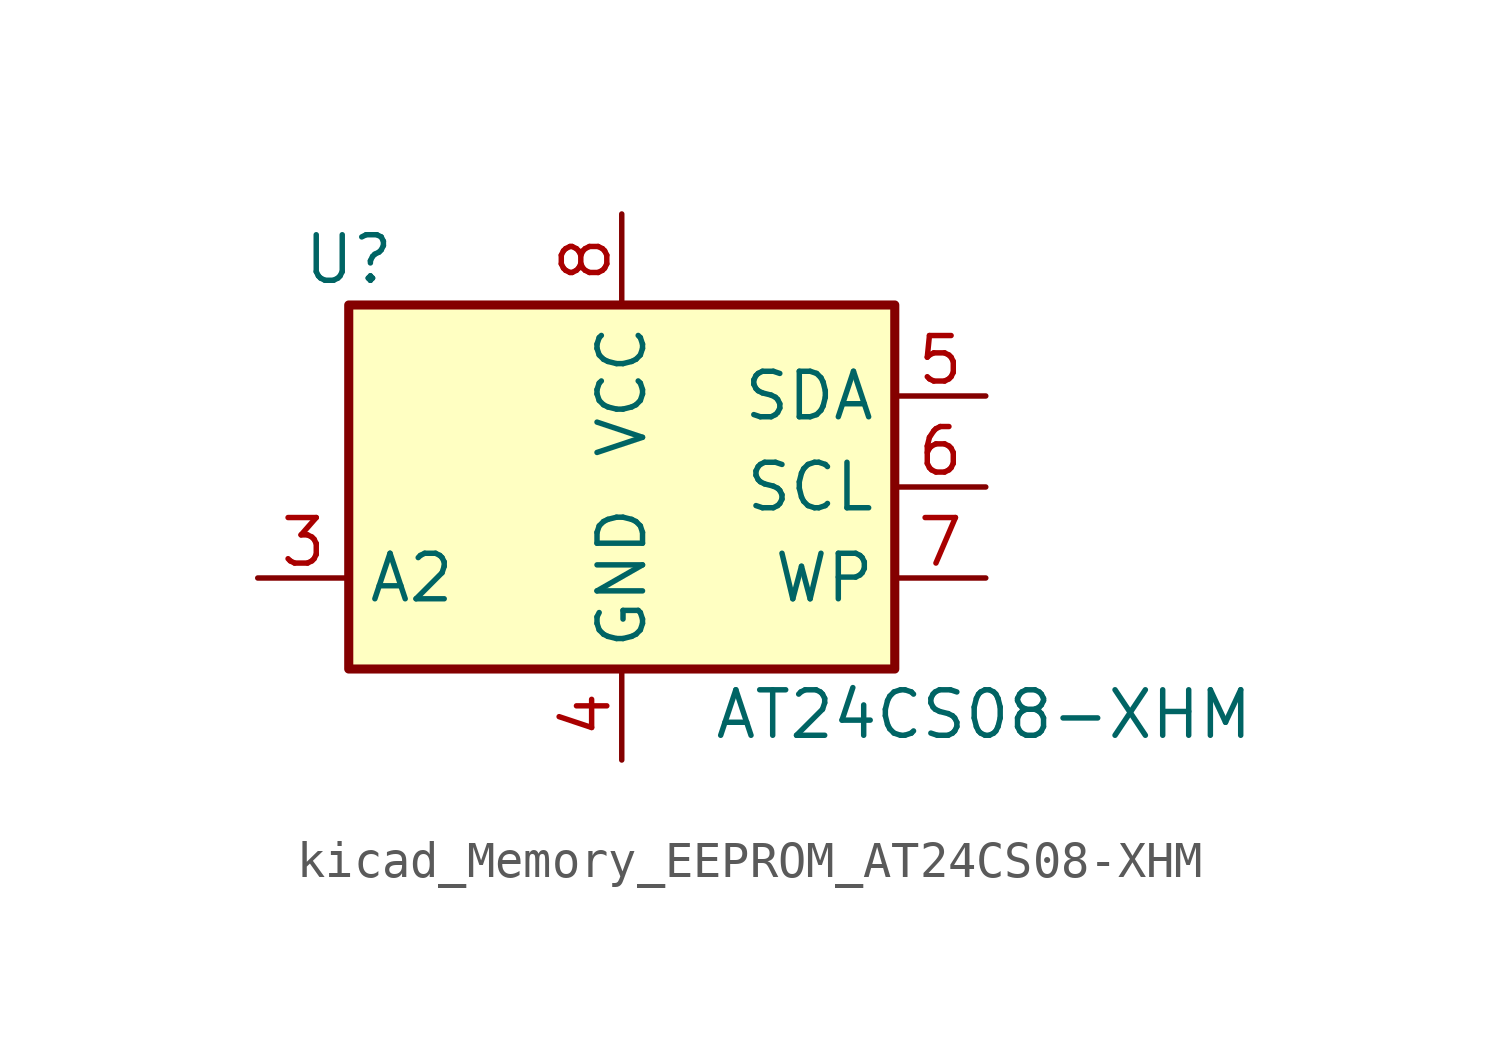
<source format=kicad_sym>
(kicad_symbol_lib
  (version 20220914)
  (generator kicad_symbol_editor)
  (symbol "kicad_Memory_EEPROM_AT24CS08-XHM"
    (property "Reference" "U"
      (at -7.62 6.35 0)
      (effects (font (size 1.27 1.27))))
    (property "Value" "AT24CS08-XHM"
      (at 2.54 -6.35 0)
      (effects (font (size 1.27 1.27)) (justify left)))
    (symbol "kicad_Memory_EEPROM_AT24CS08-XHM_1_1"
      (rectangle (start -7.62 5.08) (end 7.62 -5.08) (stroke (width 0.254) (type default)) (fill (type background)))
      (pin no_connect line (at -7.62 2.54 0) (length 2.54) hide (name "NC" (effects (font (size 1.27 1.27)))) (number "1" (effects (font (size 1.27 1.27)))))
      (pin no_connect line (at -7.62 0 0) (length 2.54) hide (name "NC" (effects (font (size 1.27 1.27)))) (number "2" (effects (font (size 1.27 1.27)))))
      (pin input line (at -10.16 -2.54 0) (length 2.54) (name "A2" (effects (font (size 1.27 1.27)))) (number "3" (effects (font (size 1.27 1.27)))))
      (pin power_in line (at 0 -7.62 90) (length 2.54) (name "GND" (effects (font (size 1.27 1.27)))) (number "4" (effects (font (size 1.27 1.27)))))
      (pin bidirectional line (at 10.16 2.54 180) (length 2.54) (name "SDA" (effects (font (size 1.27 1.27)))) (number "5" (effects (font (size 1.27 1.27)))))
      (pin input line (at 10.16 0 180) (length 2.54) (name "SCL" (effects (font (size 1.27 1.27)))) (number "6" (effects (font (size 1.27 1.27)))))
      (pin input line (at 10.16 -2.54 180) (length 2.54) (name "WP" (effects (font (size 1.27 1.27)))) (number "7" (effects (font (size 1.27 1.27)))))
      (pin power_in line (at 0 7.62 270) (length 2.54) (name "VCC" (effects (font (size 1.27 1.27)))) (number "8" (effects (font (size 1.27 1.27))))))))
</source>
